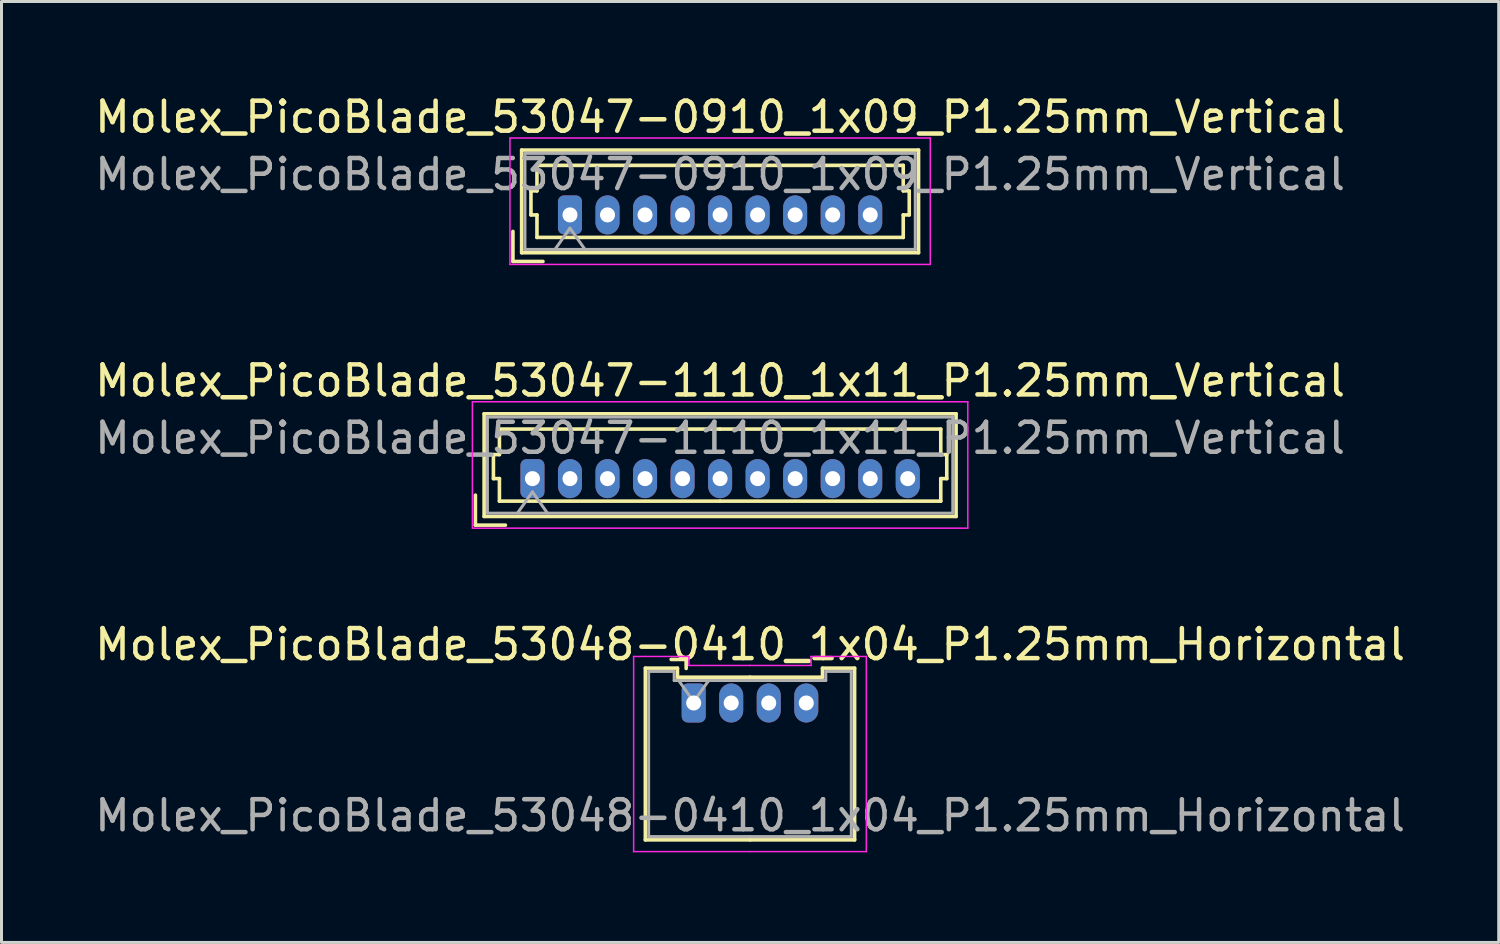
<source format=kicad_pcb>
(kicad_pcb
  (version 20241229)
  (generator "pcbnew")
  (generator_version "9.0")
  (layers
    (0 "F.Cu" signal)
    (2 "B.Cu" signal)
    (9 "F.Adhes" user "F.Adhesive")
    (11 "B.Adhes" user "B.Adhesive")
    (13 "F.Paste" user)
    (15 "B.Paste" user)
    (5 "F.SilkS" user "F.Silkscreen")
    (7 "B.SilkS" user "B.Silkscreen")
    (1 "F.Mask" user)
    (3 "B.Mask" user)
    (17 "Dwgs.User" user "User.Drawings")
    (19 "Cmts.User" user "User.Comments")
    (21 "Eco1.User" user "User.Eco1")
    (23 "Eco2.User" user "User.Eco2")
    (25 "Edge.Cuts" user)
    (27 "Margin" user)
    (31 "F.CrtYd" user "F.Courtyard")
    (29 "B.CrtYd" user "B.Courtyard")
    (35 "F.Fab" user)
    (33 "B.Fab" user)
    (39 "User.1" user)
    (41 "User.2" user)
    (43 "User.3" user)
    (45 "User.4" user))
  (footprint "Molex_PicoBlade_53047-1110_1x11_P1.25mm_Vertical"
    (layer "F.Cu")
    (at 14.685 12.892)
    (property "Reference" "Molex_PicoBlade_53047-1110_1x11_P1.25mm_Vertical" (at 6.25 -3.26 0) (layer "F.SilkS") (effects (font (size 1 1) (thickness 0.15))))
    (attr through_hole)
    (fp_line (start -1.9 1.55) (end -1.9 0.55) (stroke (width 0.12) (type solid)) (layer "F.SilkS"))
    (fp_line (start -1.9 1.55) (end -0.9 1.55) (stroke (width 0.12) (type solid)) (layer "F.SilkS"))
    (fp_line (start -1.61 -2.16) (end -1.61 1.26) (stroke (width 0.12) (type solid)) (layer "F.SilkS"))
    (fp_line (start -1.61 1.26) (end 14.11 1.26) (stroke (width 0.12) (type solid)) (layer "F.SilkS"))
    (fp_line (start -1.3 -0.8) (end -1.1 -0.8) (stroke (width 0.12) (type solid)) (layer "F.SilkS"))
    (fp_line (start -1.3 0) (end -1.3 -0.8) (stroke (width 0.12) (type solid)) (layer "F.SilkS"))
    (fp_line (start -1.1 -1.65) (end 6.25 -1.65) (stroke (width 0.12) (type solid)) (layer "F.SilkS"))
    (fp_line (start -1.1 -0.8) (end -1.1 -1.65) (stroke (width 0.12) (type solid)) (layer "F.SilkS"))
    (fp_line (start -1.1 0) (end -1.3 0) (stroke (width 0.12) (type solid)) (layer "F.SilkS"))
    (fp_line (start -1.1 0.75) (end -1.1 0) (stroke (width 0.12) (type solid)) (layer "F.SilkS"))
    (fp_line (start 6.25 0.75) (end -1.1 0.75) (stroke (width 0.12) (type solid)) (layer "F.SilkS"))
    (fp_line (start 6.25 0.75) (end 13.6 0.75) (stroke (width 0.12) (type solid)) (layer "F.SilkS"))
    (fp_line (start 13.6 -1.65) (end 6.25 -1.65) (stroke (width 0.12) (type solid)) (layer "F.SilkS"))
    (fp_line (start 13.6 -0.8) (end 13.6 -1.65) (stroke (width 0.12) (type solid)) (layer "F.SilkS"))
    (fp_line (start 13.6 0) (end 13.8 0) (stroke (width 0.12) (type solid)) (layer "F.SilkS"))
    (fp_line (start 13.6 0.75) (end 13.6 0) (stroke (width 0.12) (type solid)) (layer "F.SilkS"))
    (fp_line (start 13.8 -0.8) (end 13.6 -0.8) (stroke (width 0.12) (type solid)) (layer "F.SilkS"))
    (fp_line (start 13.8 0) (end 13.8 -0.8) (stroke (width 0.12) (type solid)) (layer "F.SilkS"))
    (fp_line (start 14.11 -2.16) (end -1.61 -2.16) (stroke (width 0.12) (type solid)) (layer "F.SilkS"))
    (fp_line (start 14.11 1.26) (end 14.11 -2.16) (stroke (width 0.12) (type solid)) (layer "F.SilkS"))
    (fp_line (start -2 -2.56) (end -2 1.65) (stroke (width 0.05) (type solid)) (layer "F.CrtYd"))
    (fp_line (start -2 1.65) (end 14.5 1.65) (stroke (width 0.05) (type solid)) (layer "F.CrtYd"))
    (fp_line (start 14.5 -2.56) (end -2 -2.56) (stroke (width 0.05) (type solid)) (layer "F.CrtYd"))
    (fp_line (start 14.5 1.65) (end 14.5 -2.56) (stroke (width 0.05) (type solid)) (layer "F.CrtYd"))
    (fp_line (start -1.5 -2.05) (end -1.5 1.15) (stroke (width 0.1) (type solid)) (layer "F.Fab"))
    (fp_line (start -1.5 1.15) (end 14 1.15) (stroke (width 0.1) (type solid)) (layer "F.Fab"))
    (fp_line (start -0.5 1.15) (end 0 0.443) (stroke (width 0.1) (type solid)) (layer "F.Fab"))
    (fp_line (start 0 0.443) (end 0.5 1.15) (stroke (width 0.1) (type solid)) (layer "F.Fab"))
    (fp_line (start 14 -2.05) (end -1.5 -2.05) (stroke (width 0.1) (type solid)) (layer "F.Fab"))
    (fp_line (start 14 1.15) (end 14 -2.05) (stroke (width 0.1) (type solid)) (layer "F.Fab"))
    (fp_text user "${REFERENCE}" (at 6.25 -1.35 0) (layer "F.Fab") (effects (font (size 1 1) (thickness 0.15))))
    (pad "1" thru_hole roundrect (at 0 0) (size 0.8 1.3) (drill 0.5) (layers "*.Cu" "*.Mask") (roundrect_rratio 0.25))
    (pad "2" thru_hole oval (at 1.25 0) (size 0.8 1.3) (drill 0.5) (layers "*.Cu" "*.Mask"))
    (pad "3" thru_hole oval (at 2.5 0) (size 0.8 1.3) (drill 0.5) (layers "*.Cu" "*.Mask"))
    (pad "4" thru_hole oval (at 3.75 0) (size 0.8 1.3) (drill 0.5) (layers "*.Cu" "*.Mask"))
    (pad "5" thru_hole oval (at 5 0) (size 0.8 1.3) (drill 0.5) (layers "*.Cu" "*.Mask"))
    (pad "6" thru_hole oval (at 6.25 0) (size 0.8 1.3) (drill 0.5) (layers "*.Cu" "*.Mask"))
    (pad "7" thru_hole oval (at 7.5 0) (size 0.8 1.3) (drill 0.5) (layers "*.Cu" "*.Mask"))
    (pad "8" thru_hole oval (at 8.75 0) (size 0.8 1.3) (drill 0.5) (layers "*.Cu" "*.Mask"))
    (pad "9" thru_hole oval (at 10 0) (size 0.8 1.3) (drill 0.5) (layers "*.Cu" "*.Mask"))
    (pad "10" thru_hole oval (at 11.25 0) (size 0.8 1.3) (drill 0.5) (layers "*.Cu" "*.Mask"))
    (pad "11" thru_hole oval (at 12.5 0) (size 0.8 1.3) (drill 0.5) (layers "*.Cu" "*.Mask")))
  (footprint "Molex_PicoBlade_53047-0910_1x09_P1.25mm_Vertical"
    (layer "F.Cu")
    (at 15.935 4.108)
    (property "Reference" "Molex_PicoBlade_53047-0910_1x09_P1.25mm_Vertical" (at 5 -3.26 0) (layer "F.SilkS") (effects (font (size 1 1) (thickness 0.15))))
    (attr through_hole)
    (fp_line (start -1.9 1.55) (end -1.9 0.55) (stroke (width 0.12) (type solid)) (layer "F.SilkS"))
    (fp_line (start -1.9 1.55) (end -0.9 1.55) (stroke (width 0.12) (type solid)) (layer "F.SilkS"))
    (fp_line (start -1.61 -2.16) (end -1.61 1.26) (stroke (width 0.12) (type solid)) (layer "F.SilkS"))
    (fp_line (start -1.61 1.26) (end 11.61 1.26) (stroke (width 0.12) (type solid)) (layer "F.SilkS"))
    (fp_line (start -1.3 -0.8) (end -1.1 -0.8) (stroke (width 0.12) (type solid)) (layer "F.SilkS"))
    (fp_line (start -1.3 0) (end -1.3 -0.8) (stroke (width 0.12) (type solid)) (layer "F.SilkS"))
    (fp_line (start -1.1 -1.65) (end 5 -1.65) (stroke (width 0.12) (type solid)) (layer "F.SilkS"))
    (fp_line (start -1.1 -0.8) (end -1.1 -1.65) (stroke (width 0.12) (type solid)) (layer "F.SilkS"))
    (fp_line (start -1.1 0) (end -1.3 0) (stroke (width 0.12) (type solid)) (layer "F.SilkS"))
    (fp_line (start -1.1 0.75) (end -1.1 0) (stroke (width 0.12) (type solid)) (layer "F.SilkS"))
    (fp_line (start 5 0.75) (end -1.1 0.75) (stroke (width 0.12) (type solid)) (layer "F.SilkS"))
    (fp_line (start 5 0.75) (end 11.1 0.75) (stroke (width 0.12) (type solid)) (layer "F.SilkS"))
    (fp_line (start 11.1 -1.65) (end 5 -1.65) (stroke (width 0.12) (type solid)) (layer "F.SilkS"))
    (fp_line (start 11.1 -0.8) (end 11.1 -1.65) (stroke (width 0.12) (type solid)) (layer "F.SilkS"))
    (fp_line (start 11.1 0) (end 11.3 0) (stroke (width 0.12) (type solid)) (layer "F.SilkS"))
    (fp_line (start 11.1 0.75) (end 11.1 0) (stroke (width 0.12) (type solid)) (layer "F.SilkS"))
    (fp_line (start 11.3 -0.8) (end 11.1 -0.8) (stroke (width 0.12) (type solid)) (layer "F.SilkS"))
    (fp_line (start 11.3 0) (end 11.3 -0.8) (stroke (width 0.12) (type solid)) (layer "F.SilkS"))
    (fp_line (start 11.61 -2.16) (end -1.61 -2.16) (stroke (width 0.12) (type solid)) (layer "F.SilkS"))
    (fp_line (start 11.61 1.26) (end 11.61 -2.16) (stroke (width 0.12) (type solid)) (layer "F.SilkS"))
    (fp_line (start -2 -2.56) (end -2 1.65) (stroke (width 0.05) (type solid)) (layer "F.CrtYd"))
    (fp_line (start -2 1.65) (end 12 1.65) (stroke (width 0.05) (type solid)) (layer "F.CrtYd"))
    (fp_line (start 12 -2.56) (end -2 -2.56) (stroke (width 0.05) (type solid)) (layer "F.CrtYd"))
    (fp_line (start 12 1.65) (end 12 -2.56) (stroke (width 0.05) (type solid)) (layer "F.CrtYd"))
    (fp_line (start -1.5 -2.05) (end -1.5 1.15) (stroke (width 0.1) (type solid)) (layer "F.Fab"))
    (fp_line (start -1.5 1.15) (end 11.5 1.15) (stroke (width 0.1) (type solid)) (layer "F.Fab"))
    (fp_line (start -0.5 1.15) (end 0 0.443) (stroke (width 0.1) (type solid)) (layer "F.Fab"))
    (fp_line (start 0 0.443) (end 0.5 1.15) (stroke (width 0.1) (type solid)) (layer "F.Fab"))
    (fp_line (start 11.5 -2.05) (end -1.5 -2.05) (stroke (width 0.1) (type solid)) (layer "F.Fab"))
    (fp_line (start 11.5 1.15) (end 11.5 -2.05) (stroke (width 0.1) (type solid)) (layer "F.Fab"))
    (fp_text user "${REFERENCE}" (at 5 -1.35 0) (layer "F.Fab") (effects (font (size 1 1) (thickness 0.15))))
    (pad "1" thru_hole roundrect (at 0 0) (size 0.8 1.3) (drill 0.5) (layers "*.Cu" "*.Mask") (roundrect_rratio 0.25))
    (pad "2" thru_hole oval (at 1.25 0) (size 0.8 1.3) (drill 0.5) (layers "*.Cu" "*.Mask"))
    (pad "3" thru_hole oval (at 2.5 0) (size 0.8 1.3) (drill 0.5) (layers "*.Cu" "*.Mask"))
    (pad "4" thru_hole oval (at 3.75 0) (size 0.8 1.3) (drill 0.5) (layers "*.Cu" "*.Mask"))
    (pad "5" thru_hole oval (at 5 0) (size 0.8 1.3) (drill 0.5) (layers "*.Cu" "*.Mask"))
    (pad "6" thru_hole oval (at 6.25 0) (size 0.8 1.3) (drill 0.5) (layers "*.Cu" "*.Mask"))
    (pad "7" thru_hole oval (at 7.5 0) (size 0.8 1.3) (drill 0.5) (layers "*.Cu" "*.Mask"))
    (pad "8" thru_hole oval (at 8.75 0) (size 0.8 1.3) (drill 0.5) (layers "*.Cu" "*.Mask"))
    (pad "9" thru_hole oval (at 10 0) (size 0.8 1.3) (drill 0.5) (layers "*.Cu" "*.Mask")))
  (footprint "Molex_PicoBlade_53048-0410_1x04_P1.25mm_Horizontal"
    (layer "F.Cu")
    (at 20.055 20.365)
    (property "Reference" "Molex_PicoBlade_53048-0410_1x04_P1.25mm_Horizontal" (at 1.88 -1.95 0) (layer "F.SilkS") (effects (font (size 1 1) (thickness 0.15))))
    (attr through_hole)
    (fp_line (start -1.61 -1.16) (end -1.61 4.56) (stroke (width 0.12) (type solid)) (layer "F.SilkS"))
    (fp_line (start -1.61 4.56) (end 1.875 4.56) (stroke (width 0.12) (type solid)) (layer "F.SilkS"))
    (fp_line (start -0.54 -1.16) (end -1.61 -1.16) (stroke (width 0.12) (type solid)) (layer "F.SilkS"))
    (fp_line (start -0.54 -0.86) (end -0.54 -1.16) (stroke (width 0.12) (type solid)) (layer "F.SilkS"))
    (fp_line (start -0.25 -1.45) (end -0.75 -1.45) (stroke (width 0.12) (type solid)) (layer "F.SilkS"))
    (fp_line (start -0.25 -1.15) (end -0.25 -1.45) (stroke (width 0.12) (type solid)) (layer "F.SilkS"))
    (fp_line (start 1.875 -0.86) (end -0.54 -0.86) (stroke (width 0.12) (type solid)) (layer "F.SilkS"))
    (fp_line (start 1.875 -0.86) (end 4.29 -0.86) (stroke (width 0.12) (type solid)) (layer "F.SilkS"))
    (fp_line (start 4.29 -1.16) (end 5.36 -1.16) (stroke (width 0.12) (type solid)) (layer "F.SilkS"))
    (fp_line (start 4.29 -0.86) (end 4.29 -1.16) (stroke (width 0.12) (type solid)) (layer "F.SilkS"))
    (fp_line (start 5.36 -1.16) (end 5.36 4.56) (stroke (width 0.12) (type solid)) (layer "F.SilkS"))
    (fp_line (start 5.36 4.56) (end 1.875 4.56) (stroke (width 0.12) (type solid)) (layer "F.SilkS"))
    (fp_line (start -2 -1.55) (end -2 4.95) (stroke (width 0.05) (type solid)) (layer "F.CrtYd"))
    (fp_line (start -2 4.95) (end 1.88 4.95) (stroke (width 0.05) (type solid)) (layer "F.CrtYd"))
    (fp_line (start -0.16 -1.55) (end -2 -1.55) (stroke (width 0.05) (type solid)) (layer "F.CrtYd"))
    (fp_line (start -0.16 -1.25) (end -0.16 -1.55) (stroke (width 0.05) (type solid)) (layer "F.CrtYd"))
    (fp_line (start 1.87 -1.25) (end 3.91 -1.25) (stroke (width 0.05) (type solid)) (layer "F.CrtYd"))
    (fp_line (start 1.88 -1.25) (end -0.16 -1.25) (stroke (width 0.05) (type solid)) (layer "F.CrtYd"))
    (fp_line (start 3.91 -1.55) (end 5.75 -1.55) (stroke (width 0.05) (type solid)) (layer "F.CrtYd"))
    (fp_line (start 3.91 -1.25) (end 3.91 -1.55) (stroke (width 0.05) (type solid)) (layer "F.CrtYd"))
    (fp_line (start 5.75 -1.55) (end 5.75 4.95) (stroke (width 0.05) (type solid)) (layer "F.CrtYd"))
    (fp_line (start 5.75 4.95) (end 1.87 4.95) (stroke (width 0.05) (type solid)) (layer "F.CrtYd"))
    (fp_line (start -1.5 -1.05) (end -1.5 4.45) (stroke (width 0.1) (type solid)) (layer "F.Fab"))
    (fp_line (start -1.5 4.45) (end 1.875 4.45) (stroke (width 0.1) (type solid)) (layer "F.Fab"))
    (fp_line (start -0.65 -1.05) (end -1.5 -1.05) (stroke (width 0.1) (type solid)) (layer "F.Fab"))
    (fp_line (start -0.65 -0.75) (end -0.65 -1.05) (stroke (width 0.1) (type solid)) (layer "F.Fab"))
    (fp_line (start -0.5 -0.75) (end 0 -0.043) (stroke (width 0.1) (type solid)) (layer "F.Fab"))
    (fp_line (start 0 -0.043) (end 0.5 -0.75) (stroke (width 0.1) (type solid)) (layer "F.Fab"))
    (fp_line (start 1.875 -0.75) (end -0.65 -0.75) (stroke (width 0.1) (type solid)) (layer "F.Fab"))
    (fp_line (start 1.875 -0.75) (end 4.4 -0.75) (stroke (width 0.1) (type solid)) (layer "F.Fab"))
    (fp_line (start 4.4 -1.05) (end 5.25 -1.05) (stroke (width 0.1) (type solid)) (layer "F.Fab"))
    (fp_line (start 4.4 -0.75) (end 4.4 -1.05) (stroke (width 0.1) (type solid)) (layer "F.Fab"))
    (fp_line (start 5.25 -1.05) (end 5.25 4.45) (stroke (width 0.1) (type solid)) (layer "F.Fab"))
    (fp_line (start 5.25 4.45) (end 1.875 4.45) (stroke (width 0.1) (type solid)) (layer "F.Fab"))
    (fp_text user "${REFERENCE}" (at 1.88 3.75 0) (layer "F.Fab") (effects (font (size 1 1) (thickness 0.15))))
    (pad "1" thru_hole roundrect (at 0 0) (size 0.8 1.3) (drill 0.5) (layers "*.Cu" "*.Mask") (roundrect_rratio 0.25))
    (pad "2" thru_hole oval (at 1.25 0) (size 0.8 1.3) (drill 0.5) (layers "*.Cu" "*.Mask"))
    (pad "3" thru_hole oval (at 2.5 0) (size 0.8 1.3) (drill 0.5) (layers "*.Cu" "*.Mask"))
    (pad "4" thru_hole oval (at 3.75 0) (size 0.8 1.3) (drill 0.5) (layers "*.Cu" "*.Mask")))
  (gr_rect
    (start -3 -3)
    (end 46.869 28.34)
    (stroke (width 0.1) (type default))
    (fill no)
    (layer "Edge.Cuts")))
</source>
